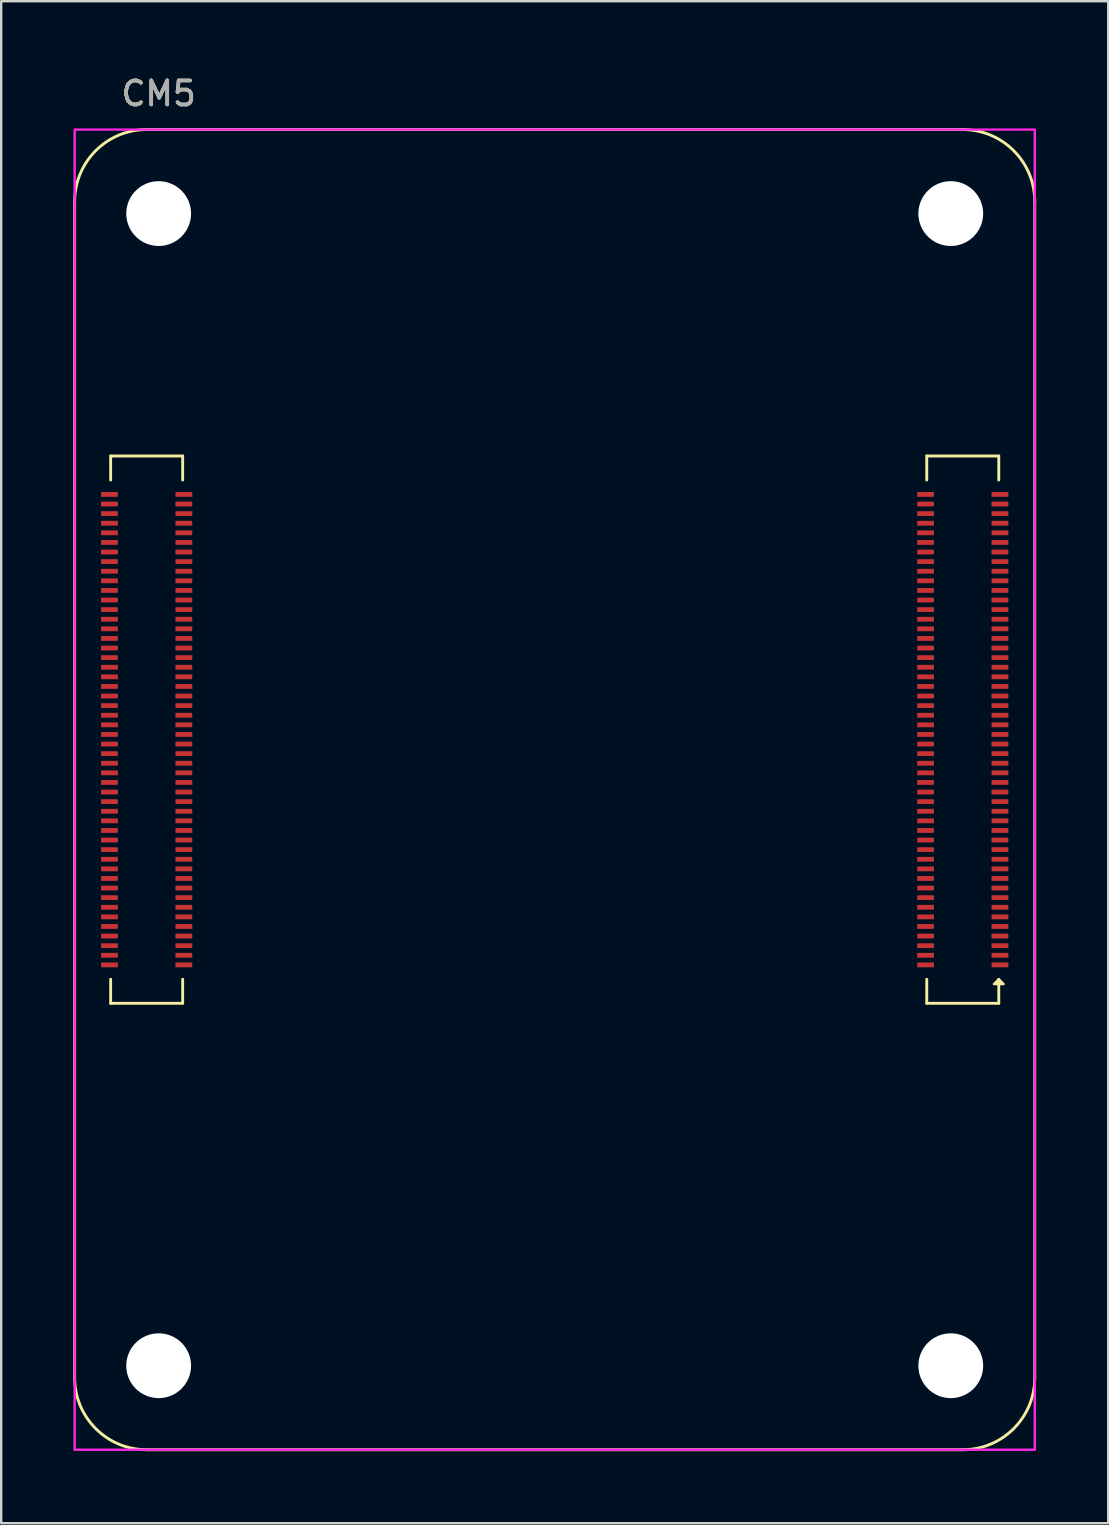
<source format=kicad_pcb>
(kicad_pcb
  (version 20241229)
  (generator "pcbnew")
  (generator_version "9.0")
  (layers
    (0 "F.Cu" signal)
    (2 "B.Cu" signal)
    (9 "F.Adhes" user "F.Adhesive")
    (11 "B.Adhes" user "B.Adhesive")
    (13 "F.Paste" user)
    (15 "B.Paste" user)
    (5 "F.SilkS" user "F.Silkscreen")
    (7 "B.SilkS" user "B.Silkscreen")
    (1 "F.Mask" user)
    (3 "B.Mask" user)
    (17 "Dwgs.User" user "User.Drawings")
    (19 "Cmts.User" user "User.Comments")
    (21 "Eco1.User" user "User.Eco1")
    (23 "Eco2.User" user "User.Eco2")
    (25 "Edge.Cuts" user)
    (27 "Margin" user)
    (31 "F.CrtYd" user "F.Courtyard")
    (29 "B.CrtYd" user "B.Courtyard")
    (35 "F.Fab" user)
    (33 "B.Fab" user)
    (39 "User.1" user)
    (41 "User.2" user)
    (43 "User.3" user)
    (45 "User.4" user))
  (footprint "CM5"
    (layer "F.Cu")
    (at 3.56 5.848)
    (property "Reference" "CM5" (at 0 -5 0) (layer "F.SilkS") (effects (font (size 1 1) (thickness 0.15))))
    (attr smd)
    (fp_line (start -3.5 -0.5) (end -3.5 48.5) (stroke (width 0.12) (type solid)) (layer "F.SilkS"))
    (fp_line (start -2 10.1) (end -2 11.1) (stroke (width 0.12) (type solid)) (layer "F.SilkS"))
    (fp_line (start -2 32.9) (end -2 31.9) (stroke (width 0.12) (type solid)) (layer "F.SilkS"))
    (fp_line (start -2 32.9) (end 1 32.9) (stroke (width 0.12) (type solid)) (layer "F.SilkS"))
    (fp_line (start -0.5 51.5) (end 33.5 51.5) (stroke (width 0.12) (type solid)) (layer "F.SilkS"))
    (fp_line (start 1 10.1) (end -2 10.1) (stroke (width 0.12) (type solid)) (layer "F.SilkS"))
    (fp_line (start 1 10.1) (end 1 11.1) (stroke (width 0.12) (type solid)) (layer "F.SilkS"))
    (fp_line (start 1 32.9) (end 1 31.9) (stroke (width 0.12) (type solid)) (layer "F.SilkS"))
    (fp_line (start 32 10.1) (end 32 11.1) (stroke (width 0.12) (type solid)) (layer "F.SilkS"))
    (fp_line (start 32 31.9) (end 32 32.9) (stroke (width 0.12) (type solid)) (layer "F.SilkS"))
    (fp_line (start 33.5 -3.5) (end -0.5 -3.5) (stroke (width 0.12) (type solid)) (layer "F.SilkS"))
    (fp_line (start 35 10.1) (end 32 10.1) (stroke (width 0.12) (type solid)) (layer "F.SilkS"))
    (fp_line (start 35 10.1) (end 35 11.1) (stroke (width 0.12) (type solid)) (layer "F.SilkS"))
    (fp_line (start 35 31.9) (end 35 32.9) (stroke (width 0.12) (type solid)) (layer "F.SilkS"))
    (fp_line (start 35 32.9) (end 32 32.9) (stroke (width 0.12) (type solid)) (layer "F.SilkS"))
    (fp_line (start 36.5 48.5) (end 36.5 -0.5) (stroke (width 0.12) (type solid)) (layer "F.SilkS"))
    (fp_arc (start -3.5 -0.5) (mid -2.62132 -2.62132) (end -0.5 -3.5) (stroke (width 0.12) (type default)) (layer "F.SilkS"))
    (fp_arc (start -0.5 51.5) (mid -2.62132 50.62132) (end -3.5 48.5) (stroke (width 0.12) (type default)) (layer "F.SilkS"))
    (fp_arc (start 33.5 -3.5) (mid 35.621321 -2.621321) (end 36.5 -0.5) (stroke (width 0.12) (type default)) (layer "F.SilkS"))
    (fp_arc (start 36.5 48.5) (mid 35.621321 50.621321) (end 33.5 51.5) (stroke (width 0.12) (type default)) (layer "F.SilkS"))
    (fp_poly (pts (xy 35.2 32.1) (xy 34.8 32.1) (xy 35 31.9)) (stroke (width 0.1) (type solid)) (fill yes) (layer "F.SilkS"))
    (fp_rect (start -3.5 -3.5) (end 36.5 51.5) (stroke (width 0.1) (type default)) (fill no) (layer "F.CrtYd"))
    (fp_line (start -0.5 11.5) (end -0.5 31.5) (stroke (width 0.1) (type default)) (layer "User.2"))
    (fp_line (start 33.5 11.5) (end 33.5 31.5) (stroke (width 0.1) (type default)) (layer "User.2"))
    (fp_rect (start -2.5 11.5) (end 1.5 31.5) (stroke (width 0.1) (type default)) (fill no) (layer "User.2"))
    (fp_rect (start 5 20.5) (end 20 35.5) (stroke (width 0.1) (type default)) (fill no) (layer "User.2"))
    (fp_rect (start 15 -3.5) (end 26 3) (stroke (width 0.1) (type default)) (fill no) (layer "User.2"))
    (fp_rect (start 31.5 11.5) (end 35.5 31.5) (stroke (width 0.1) (type default)) (fill no) (layer "User.2"))
    (fp_text user "${REFERENCE}" (at 0 -5 0) (layer "F.Fab") (effects (font (size 1 1) (thickness 0.15))))
    (pad "" np_thru_hole circle (at 0 0) (size 2.7 2.7) (drill 2.7) (layers "*.Cu" "*.Mask"))
    (pad "" np_thru_hole circle (at 0 48) (size 2.7 2.7) (drill 2.7) (layers "*.Cu" "*.Mask"))
    (pad "" np_thru_hole circle (at 33 0) (size 2.7 2.7) (drill 2.7) (layers "*.Cu" "*.Mask"))
    (pad "" np_thru_hole circle (at 33 48) (size 2.7 2.7) (drill 2.7) (layers "*.Cu" "*.Mask"))
    (pad "1" smd rect (at 35.05 31.3 90) (size 0.2 0.7) (layers "F.Cu" "F.Mask" "F.Paste"))
    (pad "2" smd rect (at 31.95 31.3 90) (size 0.2 0.7) (layers "F.Cu" "F.Mask" "F.Paste"))
    (pad "3" smd rect (at 35.05 30.9 90) (size 0.2 0.7) (layers "F.Cu" "F.Mask" "F.Paste"))
    (pad "4" smd rect (at 31.95 30.9 90) (size 0.2 0.7) (layers "F.Cu" "F.Mask" "F.Paste"))
    (pad "5" smd rect (at 35.05 30.5 90) (size 0.2 0.7) (layers "F.Cu" "F.Mask" "F.Paste"))
    (pad "6" smd rect (at 31.95 30.5 90) (size 0.2 0.7) (layers "F.Cu" "F.Mask" "F.Paste"))
    (pad "7" smd rect (at 35.05 30.1 90) (size 0.2 0.7) (layers "F.Cu" "F.Mask" "F.Paste"))
    (pad "8" smd rect (at 31.95 30.1 90) (size 0.2 0.7) (layers "F.Cu" "F.Mask" "F.Paste"))
    (pad "9" smd rect (at 35.05 29.7 90) (size 0.2 0.7) (layers "F.Cu" "F.Mask" "F.Paste"))
    (pad "10" smd rect (at 31.95 29.7 90) (size 0.2 0.7) (layers "F.Cu" "F.Mask" "F.Paste"))
    (pad "11" smd rect (at 35.05 29.3 90) (size 0.2 0.7) (layers "F.Cu" "F.Mask" "F.Paste"))
    (pad "12" smd rect (at 31.95 29.3 90) (size 0.2 0.7) (layers "F.Cu" "F.Mask" "F.Paste"))
    (pad "13" smd rect (at 35.05 28.9 90) (size 0.2 0.7) (layers "F.Cu" "F.Mask" "F.Paste"))
    (pad "14" smd rect (at 31.95 28.9 90) (size 0.2 0.7) (layers "F.Cu" "F.Mask" "F.Paste"))
    (pad "15" smd rect (at 35.05 28.5 90) (size 0.2 0.7) (layers "F.Cu" "F.Mask" "F.Paste"))
    (pad "16" smd rect (at 31.95 28.5 90) (size 0.2 0.7) (layers "F.Cu" "F.Mask" "F.Paste"))
    (pad "17" smd rect (at 35.05 28.1 90) (size 0.2 0.7) (layers "F.Cu" "F.Mask" "F.Paste"))
    (pad "18" smd rect (at 31.95 28.1 90) (size 0.2 0.7) (layers "F.Cu" "F.Mask" "F.Paste"))
    (pad "19" smd rect (at 35.05 27.7 90) (size 0.2 0.7) (layers "F.Cu" "F.Mask" "F.Paste"))
    (pad "20" smd rect (at 31.95 27.7 90) (size 0.2 0.7) (layers "F.Cu" "F.Mask" "F.Paste"))
    (pad "21" smd rect (at 35.05 27.3 90) (size 0.2 0.7) (layers "F.Cu" "F.Mask" "F.Paste"))
    (pad "22" smd rect (at 31.95 27.3 90) (size 0.2 0.7) (layers "F.Cu" "F.Mask" "F.Paste"))
    (pad "23" smd rect (at 35.05 26.9 90) (size 0.2 0.7) (layers "F.Cu" "F.Mask" "F.Paste"))
    (pad "24" smd rect (at 31.95 26.9 90) (size 0.2 0.7) (layers "F.Cu" "F.Mask" "F.Paste"))
    (pad "25" smd rect (at 35.05 26.5 90) (size 0.2 0.7) (layers "F.Cu" "F.Mask" "F.Paste"))
    (pad "26" smd rect (at 31.95 26.5 90) (size 0.2 0.7) (layers "F.Cu" "F.Mask" "F.Paste"))
    (pad "27" smd rect (at 35.05 26.1 90) (size 0.2 0.7) (layers "F.Cu" "F.Mask" "F.Paste"))
    (pad "28" smd rect (at 31.95 26.1 90) (size 0.2 0.7) (layers "F.Cu" "F.Mask" "F.Paste"))
    (pad "29" smd rect (at 35.05 25.7 90) (size 0.2 0.7) (layers "F.Cu" "F.Mask" "F.Paste"))
    (pad "30" smd rect (at 31.95 25.7 90) (size 0.2 0.7) (layers "F.Cu" "F.Mask" "F.Paste"))
    (pad "31" smd rect (at 35.05 25.3 90) (size 0.2 0.7) (layers "F.Cu" "F.Mask" "F.Paste"))
    (pad "32" smd rect (at 31.95 25.3 90) (size 0.2 0.7) (layers "F.Cu" "F.Mask" "F.Paste"))
    (pad "33" smd rect (at 35.05 24.9 90) (size 0.2 0.7) (layers "F.Cu" "F.Mask" "F.Paste"))
    (pad "34" smd rect (at 31.95 24.9 90) (size 0.2 0.7) (layers "F.Cu" "F.Mask" "F.Paste"))
    (pad "35" smd rect (at 35.05 24.5 90) (size 0.2 0.7) (layers "F.Cu" "F.Mask" "F.Paste"))
    (pad "36" smd rect (at 31.95 24.5 90) (size 0.2 0.7) (layers "F.Cu" "F.Mask" "F.Paste"))
    (pad "37" smd rect (at 35.05 24.1 90) (size 0.2 0.7) (layers "F.Cu" "F.Mask" "F.Paste"))
    (pad "38" smd rect (at 31.95 24.1 90) (size 0.2 0.7) (layers "F.Cu" "F.Mask" "F.Paste"))
    (pad "39" smd rect (at 35.05 23.7 90) (size 0.2 0.7) (layers "F.Cu" "F.Mask" "F.Paste"))
    (pad "40" smd rect (at 31.95 23.7 90) (size 0.2 0.7) (layers "F.Cu" "F.Mask" "F.Paste"))
    (pad "41" smd rect (at 35.05 23.3 90) (size 0.2 0.7) (layers "F.Cu" "F.Mask" "F.Paste"))
    (pad "42" smd rect (at 31.95 23.3 90) (size 0.2 0.7) (layers "F.Cu" "F.Mask" "F.Paste"))
    (pad "43" smd rect (at 35.05 22.9 90) (size 0.2 0.7) (layers "F.Cu" "F.Mask" "F.Paste"))
    (pad "44" smd rect (at 31.95 22.9 90) (size 0.2 0.7) (layers "F.Cu" "F.Mask" "F.Paste"))
    (pad "45" smd rect (at 35.05 22.5 90) (size 0.2 0.7) (layers "F.Cu" "F.Mask" "F.Paste"))
    (pad "46" smd rect (at 31.95 22.5 90) (size 0.2 0.7) (layers "F.Cu" "F.Mask" "F.Paste"))
    (pad "47" smd rect (at 35.05 22.1 90) (size 0.2 0.7) (layers "F.Cu" "F.Mask" "F.Paste"))
    (pad "48" smd rect (at 31.95 22.1 90) (size 0.2 0.7) (layers "F.Cu" "F.Mask" "F.Paste"))
    (pad "49" smd rect (at 35.05 21.7 90) (size 0.2 0.7) (layers "F.Cu" "F.Mask" "F.Paste"))
    (pad "50" smd rect (at 31.95 21.7 90) (size 0.2 0.7) (layers "F.Cu" "F.Mask" "F.Paste"))
    (pad "51" smd rect (at 35.05 21.3 90) (size 0.2 0.7) (layers "F.Cu" "F.Mask" "F.Paste"))
    (pad "52" smd rect (at 31.95 21.3 90) (size 0.2 0.7) (layers "F.Cu" "F.Mask" "F.Paste"))
    (pad "53" smd rect (at 35.05 20.9 90) (size 0.2 0.7) (layers "F.Cu" "F.Mask" "F.Paste"))
    (pad "54" smd rect (at 31.95 20.9 90) (size 0.2 0.7) (layers "F.Cu" "F.Mask" "F.Paste"))
    (pad "55" smd rect (at 35.05 20.5 90) (size 0.2 0.7) (layers "F.Cu" "F.Mask" "F.Paste"))
    (pad "56" smd rect (at 31.95 20.5 90) (size 0.2 0.7) (layers "F.Cu" "F.Mask" "F.Paste"))
    (pad "57" smd rect (at 35.05 20.1 90) (size 0.2 0.7) (layers "F.Cu" "F.Mask" "F.Paste"))
    (pad "58" smd rect (at 31.95 20.1 90) (size 0.2 0.7) (layers "F.Cu" "F.Mask" "F.Paste"))
    (pad "59" smd rect (at 35.05 19.7 90) (size 0.2 0.7) (layers "F.Cu" "F.Mask" "F.Paste"))
    (pad "60" smd rect (at 31.95 19.7 90) (size 0.2 0.7) (layers "F.Cu" "F.Mask" "F.Paste"))
    (pad "61" smd rect (at 35.05 19.3 90) (size 0.2 0.7) (layers "F.Cu" "F.Mask" "F.Paste"))
    (pad "62" smd rect (at 31.95 19.3 90) (size 0.2 0.7) (layers "F.Cu" "F.Mask" "F.Paste"))
    (pad "63" smd rect (at 35.05 18.9 90) (size 0.2 0.7) (layers "F.Cu" "F.Mask" "F.Paste"))
    (pad "64" smd rect (at 31.95 18.9 90) (size 0.2 0.7) (layers "F.Cu" "F.Mask" "F.Paste"))
    (pad "65" smd rect (at 35.05 18.5 90) (size 0.2 0.7) (layers "F.Cu" "F.Mask" "F.Paste"))
    (pad "66" smd rect (at 31.95 18.5 90) (size 0.2 0.7) (layers "F.Cu" "F.Mask" "F.Paste"))
    (pad "67" smd rect (at 35.05 18.1 90) (size 0.2 0.7) (layers "F.Cu" "F.Mask" "F.Paste"))
    (pad "68" smd rect (at 31.95 18.1 90) (size 0.2 0.7) (layers "F.Cu" "F.Mask" "F.Paste"))
    (pad "69" smd rect (at 35.05 17.7 90) (size 0.2 0.7) (layers "F.Cu" "F.Mask" "F.Paste"))
    (pad "70" smd rect (at 31.95 17.7 90) (size 0.2 0.7) (layers "F.Cu" "F.Mask" "F.Paste"))
    (pad "71" smd rect (at 35.05 17.3 90) (size 0.2 0.7) (layers "F.Cu" "F.Mask" "F.Paste"))
    (pad "72" smd rect (at 31.95 17.3 90) (size 0.2 0.7) (layers "F.Cu" "F.Mask" "F.Paste"))
    (pad "73" smd rect (at 35.05 16.9 90) (size 0.2 0.7) (layers "F.Cu" "F.Mask" "F.Paste"))
    (pad "74" smd rect (at 31.95 16.9 90) (size 0.2 0.7) (layers "F.Cu" "F.Mask" "F.Paste"))
    (pad "75" smd rect (at 35.05 16.5 90) (size 0.2 0.7) (layers "F.Cu" "F.Mask" "F.Paste"))
    (pad "76" smd rect (at 31.95 16.5 90) (size 0.2 0.7) (layers "F.Cu" "F.Mask" "F.Paste"))
    (pad "77" smd rect (at 35.05 16.1 90) (size 0.2 0.7) (layers "F.Cu" "F.Mask" "F.Paste"))
    (pad "78" smd rect (at 31.95 16.1 90) (size 0.2 0.7) (layers "F.Cu" "F.Mask" "F.Paste"))
    (pad "79" smd rect (at 35.05 15.7 90) (size 0.2 0.7) (layers "F.Cu" "F.Mask" "F.Paste"))
    (pad "80" smd rect (at 31.95 15.7 90) (size 0.2 0.7) (layers "F.Cu" "F.Mask" "F.Paste"))
    (pad "81" smd rect (at 35.05 15.3 90) (size 0.2 0.7) (layers "F.Cu" "F.Mask" "F.Paste"))
    (pad "82" smd rect (at 31.95 15.3 90) (size 0.2 0.7) (layers "F.Cu" "F.Mask" "F.Paste"))
    (pad "83" smd rect (at 35.05 14.9 90) (size 0.2 0.7) (layers "F.Cu" "F.Mask" "F.Paste"))
    (pad "84" smd rect (at 31.95 14.9 90) (size 0.2 0.7) (layers "F.Cu" "F.Mask" "F.Paste"))
    (pad "85" smd rect (at 35.05 14.5 90) (size 0.2 0.7) (layers "F.Cu" "F.Mask" "F.Paste"))
    (pad "86" smd rect (at 31.95 14.5 90) (size 0.2 0.7) (layers "F.Cu" "F.Mask" "F.Paste"))
    (pad "87" smd rect (at 35.05 14.1 90) (size 0.2 0.7) (layers "F.Cu" "F.Mask" "F.Paste"))
    (pad "88" smd rect (at 31.95 14.1 90) (size 0.2 0.7) (layers "F.Cu" "F.Mask" "F.Paste"))
    (pad "89" smd rect (at 35.05 13.7 90) (size 0.2 0.7) (layers "F.Cu" "F.Mask" "F.Paste"))
    (pad "90" smd rect (at 31.95 13.7 90) (size 0.2 0.7) (layers "F.Cu" "F.Mask" "F.Paste"))
    (pad "91" smd rect (at 35.05 13.3 90) (size 0.2 0.7) (layers "F.Cu" "F.Mask" "F.Paste"))
    (pad "92" smd rect (at 31.95 13.3 90) (size 0.2 0.7) (layers "F.Cu" "F.Mask" "F.Paste"))
    (pad "93" smd rect (at 35.05 12.9 90) (size 0.2 0.7) (layers "F.Cu" "F.Mask" "F.Paste"))
    (pad "94" smd rect (at 31.95 12.9 90) (size 0.2 0.7) (layers "F.Cu" "F.Mask" "F.Paste"))
    (pad "95" smd rect (at 35.05 12.5 90) (size 0.2 0.7) (layers "F.Cu" "F.Mask" "F.Paste"))
    (pad "96" smd rect (at 31.95 12.5 90) (size 0.2 0.7) (layers "F.Cu" "F.Mask" "F.Paste"))
    (pad "97" smd rect (at 35.05 12.1 90) (size 0.2 0.7) (layers "F.Cu" "F.Mask" "F.Paste"))
    (pad "98" smd rect (at 31.95 12.1 90) (size 0.2 0.7) (layers "F.Cu" "F.Mask" "F.Paste"))
    (pad "99" smd rect (at 35.05 11.7 90) (size 0.2 0.7) (layers "F.Cu" "F.Mask" "F.Paste"))
    (pad "100" smd rect (at 31.95 11.7 90) (size 0.2 0.7) (layers "F.Cu" "F.Mask" "F.Paste"))
    (pad "101" smd rect (at 1.05 31.3 90) (size 0.2 0.7) (layers "F.Cu" "F.Mask" "F.Paste"))
    (pad "102" smd rect (at -2.05 31.3 90) (size 0.2 0.7) (layers "F.Cu" "F.Mask" "F.Paste"))
    (pad "103" smd rect (at 1.05 30.9 90) (size 0.2 0.7) (layers "F.Cu" "F.Mask" "F.Paste"))
    (pad "104" smd rect (at -2.05 30.9 90) (size 0.2 0.7) (layers "F.Cu" "F.Mask" "F.Paste"))
    (pad "105" smd rect (at 1.05 30.5 90) (size 0.2 0.7) (layers "F.Cu" "F.Mask" "F.Paste"))
    (pad "106" smd rect (at -2.05 30.5 90) (size 0.2 0.7) (layers "F.Cu" "F.Mask" "F.Paste"))
    (pad "107" smd rect (at 1.05 30.1 90) (size 0.2 0.7) (layers "F.Cu" "F.Mask" "F.Paste"))
    (pad "108" smd rect (at -2.05 30.1 90) (size 0.2 0.7) (layers "F.Cu" "F.Mask" "F.Paste"))
    (pad "109" smd rect (at 1.05 29.7 90) (size 0.2 0.7) (layers "F.Cu" "F.Mask" "F.Paste"))
    (pad "110" smd rect (at -2.05 29.7 90) (size 0.2 0.7) (layers "F.Cu" "F.Mask" "F.Paste"))
    (pad "111" smd rect (at 1.05 29.3 90) (size 0.2 0.7) (layers "F.Cu" "F.Mask" "F.Paste"))
    (pad "112" smd rect (at -2.05 29.3 90) (size 0.2 0.7) (layers "F.Cu" "F.Mask" "F.Paste"))
    (pad "113" smd rect (at 1.05 28.9 90) (size 0.2 0.7) (layers "F.Cu" "F.Mask" "F.Paste"))
    (pad "114" smd rect (at -2.05 28.9 90) (size 0.2 0.7) (layers "F.Cu" "F.Mask" "F.Paste"))
    (pad "115" smd rect (at 1.05 28.5 90) (size 0.2 0.7) (layers "F.Cu" "F.Mask" "F.Paste"))
    (pad "116" smd rect (at -2.05 28.5 90) (size 0.2 0.7) (layers "F.Cu" "F.Mask" "F.Paste"))
    (pad "117" smd rect (at 1.05 28.1 90) (size 0.2 0.7) (layers "F.Cu" "F.Mask" "F.Paste"))
    (pad "118" smd rect (at -2.05 28.1 90) (size 0.2 0.7) (layers "F.Cu" "F.Mask" "F.Paste"))
    (pad "119" smd rect (at 1.05 27.7 90) (size 0.2 0.7) (layers "F.Cu" "F.Mask" "F.Paste"))
    (pad "120" smd rect (at -2.05 27.7 90) (size 0.2 0.7) (layers "F.Cu" "F.Mask" "F.Paste"))
    (pad "121" smd rect (at 1.05 27.3 90) (size 0.2 0.7) (layers "F.Cu" "F.Mask" "F.Paste"))
    (pad "122" smd rect (at -2.05 27.3 90) (size 0.2 0.7) (layers "F.Cu" "F.Mask" "F.Paste"))
    (pad "123" smd rect (at 1.05 26.9 90) (size 0.2 0.7) (layers "F.Cu" "F.Mask" "F.Paste"))
    (pad "124" smd rect (at -2.05 26.9 90) (size 0.2 0.7) (layers "F.Cu" "F.Mask" "F.Paste"))
    (pad "125" smd rect (at 1.05 26.5 90) (size 0.2 0.7) (layers "F.Cu" "F.Mask" "F.Paste"))
    (pad "126" smd rect (at -2.05 26.5 90) (size 0.2 0.7) (layers "F.Cu" "F.Mask" "F.Paste"))
    (pad "127" smd rect (at 1.05 26.1 90) (size 0.2 0.7) (layers "F.Cu" "F.Mask" "F.Paste"))
    (pad "128" smd rect (at -2.05 26.1 90) (size 0.2 0.7) (layers "F.Cu" "F.Mask" "F.Paste"))
    (pad "129" smd rect (at 1.05 25.7 90) (size 0.2 0.7) (layers "F.Cu" "F.Mask" "F.Paste"))
    (pad "130" smd rect (at -2.05 25.7 90) (size 0.2 0.7) (layers "F.Cu" "F.Mask" "F.Paste"))
    (pad "131" smd rect (at 1.05 25.3 90) (size 0.2 0.7) (layers "F.Cu" "F.Mask" "F.Paste"))
    (pad "132" smd rect (at -2.05 25.3 90) (size 0.2 0.7) (layers "F.Cu" "F.Mask" "F.Paste"))
    (pad "133" smd rect (at 1.05 24.9 90) (size 0.2 0.7) (layers "F.Cu" "F.Mask" "F.Paste"))
    (pad "134" smd rect (at -2.05 24.9 90) (size 0.2 0.7) (layers "F.Cu" "F.Mask" "F.Paste"))
    (pad "135" smd rect (at 1.05 24.5 90) (size 0.2 0.7) (layers "F.Cu" "F.Mask" "F.Paste"))
    (pad "136" smd rect (at -2.05 24.5 90) (size 0.2 0.7) (layers "F.Cu" "F.Mask" "F.Paste"))
    (pad "137" smd rect (at 1.05 24.1 90) (size 0.2 0.7) (layers "F.Cu" "F.Mask" "F.Paste"))
    (pad "138" smd rect (at -2.05 24.1 90) (size 0.2 0.7) (layers "F.Cu" "F.Mask" "F.Paste"))
    (pad "139" smd rect (at 1.05 23.7 90) (size 0.2 0.7) (layers "F.Cu" "F.Mask" "F.Paste"))
    (pad "140" smd rect (at -2.05 23.7 90) (size 0.2 0.7) (layers "F.Cu" "F.Mask" "F.Paste"))
    (pad "141" smd rect (at 1.05 23.3 90) (size 0.2 0.7) (layers "F.Cu" "F.Mask" "F.Paste"))
    (pad "142" smd rect (at -2.05 23.3 90) (size 0.2 0.7) (layers "F.Cu" "F.Mask" "F.Paste"))
    (pad "143" smd rect (at 1.05 22.9 90) (size 0.2 0.7) (layers "F.Cu" "F.Mask" "F.Paste"))
    (pad "144" smd rect (at -2.05 22.9 90) (size 0.2 0.7) (layers "F.Cu" "F.Mask" "F.Paste"))
    (pad "145" smd rect (at 1.05 22.5 90) (size 0.2 0.7) (layers "F.Cu" "F.Mask" "F.Paste"))
    (pad "146" smd rect (at -2.05 22.5 90) (size 0.2 0.7) (layers "F.Cu" "F.Mask" "F.Paste"))
    (pad "147" smd rect (at 1.05 22.1 90) (size 0.2 0.7) (layers "F.Cu" "F.Mask" "F.Paste"))
    (pad "148" smd rect (at -2.05 22.1 90) (size 0.2 0.7) (layers "F.Cu" "F.Mask" "F.Paste"))
    (pad "149" smd rect (at 1.05 21.7 90) (size 0.2 0.7) (layers "F.Cu" "F.Mask" "F.Paste"))
    (pad "150" smd rect (at -2.05 21.7 90) (size 0.2 0.7) (layers "F.Cu" "F.Mask" "F.Paste"))
    (pad "151" smd rect (at 1.05 21.3 90) (size 0.2 0.7) (layers "F.Cu" "F.Mask" "F.Paste"))
    (pad "152" smd rect (at -2.05 21.3 90) (size 0.2 0.7) (layers "F.Cu" "F.Mask" "F.Paste"))
    (pad "153" smd rect (at 1.05 20.9 90) (size 0.2 0.7) (layers "F.Cu" "F.Mask" "F.Paste"))
    (pad "154" smd rect (at -2.05 20.9 90) (size 0.2 0.7) (layers "F.Cu" "F.Mask" "F.Paste"))
    (pad "155" smd rect (at 1.05 20.5 90) (size 0.2 0.7) (layers "F.Cu" "F.Mask" "F.Paste"))
    (pad "156" smd rect (at -2.05 20.5 90) (size 0.2 0.7) (layers "F.Cu" "F.Mask" "F.Paste"))
    (pad "157" smd rect (at 1.05 20.1 90) (size 0.2 0.7) (layers "F.Cu" "F.Mask" "F.Paste"))
    (pad "158" smd rect (at -2.05 20.1 90) (size 0.2 0.7) (layers "F.Cu" "F.Mask" "F.Paste"))
    (pad "159" smd rect (at 1.05 19.7 90) (size 0.2 0.7) (layers "F.Cu" "F.Mask" "F.Paste"))
    (pad "160" smd rect (at -2.05 19.7 90) (size 0.2 0.7) (layers "F.Cu" "F.Mask" "F.Paste"))
    (pad "161" smd rect (at 1.05 19.3 90) (size 0.2 0.7) (layers "F.Cu" "F.Mask" "F.Paste"))
    (pad "162" smd rect (at -2.05 19.3 90) (size 0.2 0.7) (layers "F.Cu" "F.Mask" "F.Paste"))
    (pad "163" smd rect (at 1.05 18.9 90) (size 0.2 0.7) (layers "F.Cu" "F.Mask" "F.Paste"))
    (pad "164" smd rect (at -2.05 18.9 90) (size 0.2 0.7) (layers "F.Cu" "F.Mask" "F.Paste"))
    (pad "165" smd rect (at 1.05 18.5 90) (size 0.2 0.7) (layers "F.Cu" "F.Mask" "F.Paste"))
    (pad "166" smd rect (at -2.05 18.5 90) (size 0.2 0.7) (layers "F.Cu" "F.Mask" "F.Paste"))
    (pad "167" smd rect (at 1.05 18.1 90) (size 0.2 0.7) (layers "F.Cu" "F.Mask" "F.Paste"))
    (pad "168" smd rect (at -2.05 18.1 90) (size 0.2 0.7) (layers "F.Cu" "F.Mask" "F.Paste"))
    (pad "169" smd rect (at 1.05 17.7 90) (size 0.2 0.7) (layers "F.Cu" "F.Mask" "F.Paste"))
    (pad "170" smd rect (at -2.05 17.7 90) (size 0.2 0.7) (layers "F.Cu" "F.Mask" "F.Paste"))
    (pad "171" smd rect (at 1.05 17.3 90) (size 0.2 0.7) (layers "F.Cu" "F.Mask" "F.Paste"))
    (pad "172" smd rect (at -2.05 17.3 90) (size 0.2 0.7) (layers "F.Cu" "F.Mask" "F.Paste"))
    (pad "173" smd rect (at 1.05 16.9 90) (size 0.2 0.7) (layers "F.Cu" "F.Mask" "F.Paste"))
    (pad "174" smd rect (at -2.05 16.9 90) (size 0.2 0.7) (layers "F.Cu" "F.Mask" "F.Paste"))
    (pad "175" smd rect (at 1.05 16.5 90) (size 0.2 0.7) (layers "F.Cu" "F.Mask" "F.Paste"))
    (pad "176" smd rect (at -2.05 16.5 90) (size 0.2 0.7) (layers "F.Cu" "F.Mask" "F.Paste"))
    (pad "177" smd rect (at 1.05 16.1 90) (size 0.2 0.7) (layers "F.Cu" "F.Mask" "F.Paste"))
    (pad "178" smd rect (at -2.05 16.1 90) (size 0.2 0.7) (layers "F.Cu" "F.Mask" "F.Paste"))
    (pad "179" smd rect (at 1.05 15.7 90) (size 0.2 0.7) (layers "F.Cu" "F.Mask" "F.Paste"))
    (pad "180" smd rect (at -2.05 15.7 90) (size 0.2 0.7) (layers "F.Cu" "F.Mask" "F.Paste"))
    (pad "181" smd rect (at 1.05 15.3 90) (size 0.2 0.7) (layers "F.Cu" "F.Mask" "F.Paste"))
    (pad "182" smd rect (at -2.05 15.3 90) (size 0.2 0.7) (layers "F.Cu" "F.Mask" "F.Paste"))
    (pad "183" smd rect (at 1.05 14.9 90) (size 0.2 0.7) (layers "F.Cu" "F.Mask" "F.Paste"))
    (pad "184" smd rect (at -2.05 14.9 90) (size 0.2 0.7) (layers "F.Cu" "F.Mask" "F.Paste"))
    (pad "185" smd rect (at 1.05 14.5 90) (size 0.2 0.7) (layers "F.Cu" "F.Mask" "F.Paste"))
    (pad "186" smd rect (at -2.05 14.5 90) (size 0.2 0.7) (layers "F.Cu" "F.Mask" "F.Paste"))
    (pad "187" smd rect (at 1.05 14.1 90) (size 0.2 0.7) (layers "F.Cu" "F.Mask" "F.Paste"))
    (pad "188" smd rect (at -2.05 14.1 90) (size 0.2 0.7) (layers "F.Cu" "F.Mask" "F.Paste"))
    (pad "189" smd rect (at 1.05 13.7 90) (size 0.2 0.7) (layers "F.Cu" "F.Mask" "F.Paste"))
    (pad "190" smd rect (at -2.05 13.7 90) (size 0.2 0.7) (layers "F.Cu" "F.Mask" "F.Paste"))
    (pad "191" smd rect (at 1.05 13.3 90) (size 0.2 0.7) (layers "F.Cu" "F.Mask" "F.Paste"))
    (pad "192" smd rect (at -2.05 13.3 90) (size 0.2 0.7) (layers "F.Cu" "F.Mask" "F.Paste"))
    (pad "193" smd rect (at 1.05 12.9 90) (size 0.2 0.7) (layers "F.Cu" "F.Mask" "F.Paste"))
    (pad "194" smd rect (at -2.05 12.9 90) (size 0.2 0.7) (layers "F.Cu" "F.Mask" "F.Paste"))
    (pad "195" smd rect (at 1.05 12.5 90) (size 0.2 0.7) (layers "F.Cu" "F.Mask" "F.Paste"))
    (pad "196" smd rect (at -2.05 12.5 90) (size 0.2 0.7) (layers "F.Cu" "F.Mask" "F.Paste"))
    (pad "197" smd rect (at 1.05 12.1 90) (size 0.2 0.7) (layers "F.Cu" "F.Mask" "F.Paste"))
    (pad "198" smd rect (at -2.05 12.1 90) (size 0.2 0.7) (layers "F.Cu" "F.Mask" "F.Paste"))
    (pad "199" smd rect (at 1.05 11.7 90) (size 0.2 0.7) (layers "F.Cu" "F.Mask" "F.Paste"))
    (pad "200" smd rect (at -2.05 11.7 90) (size 0.2 0.7) (layers "F.Cu" "F.Mask" "F.Paste")))
  (gr_rect
    (start -3 -3)
    (end 43.12 60.408)
    (stroke (width 0.1) (type default))
    (fill no)
    (layer "Edge.Cuts")))
</source>
